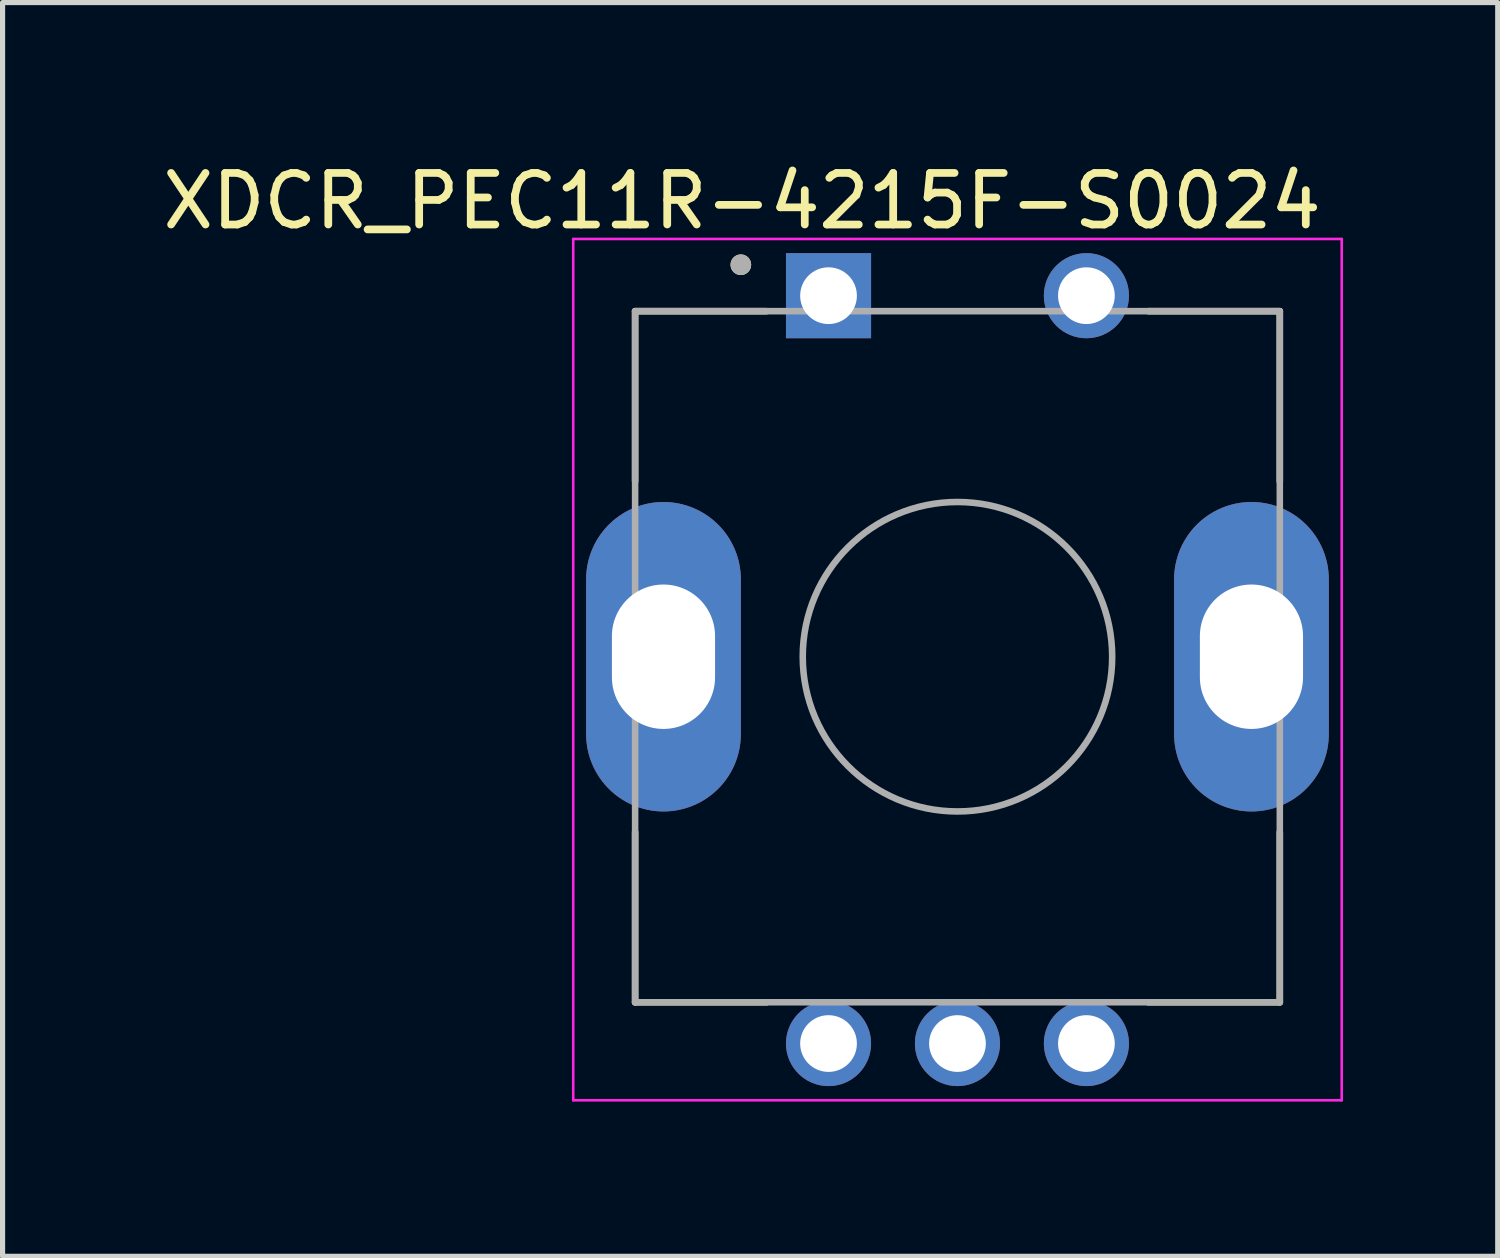
<source format=kicad_pcb>
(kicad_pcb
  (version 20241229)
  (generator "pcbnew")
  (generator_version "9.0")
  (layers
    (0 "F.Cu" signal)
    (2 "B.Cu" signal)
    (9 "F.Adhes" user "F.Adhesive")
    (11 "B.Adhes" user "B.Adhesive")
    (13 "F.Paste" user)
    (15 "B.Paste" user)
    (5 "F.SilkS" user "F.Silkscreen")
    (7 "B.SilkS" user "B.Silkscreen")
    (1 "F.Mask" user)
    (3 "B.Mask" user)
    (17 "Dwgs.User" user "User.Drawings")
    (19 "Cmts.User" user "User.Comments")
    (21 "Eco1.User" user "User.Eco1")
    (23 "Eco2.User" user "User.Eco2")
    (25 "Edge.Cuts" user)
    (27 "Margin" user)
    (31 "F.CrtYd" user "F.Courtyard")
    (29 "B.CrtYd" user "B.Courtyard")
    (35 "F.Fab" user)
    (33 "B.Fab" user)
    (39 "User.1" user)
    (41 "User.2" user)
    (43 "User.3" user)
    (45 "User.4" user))
  (footprint "XDCR_PEC11R-4215F-S0024"
    (layer "F.Cu")
    (at 15.514 9.683)
    (property "Reference" "XDCR_PEC11R-4215F-S0024" (at -4.175 -8.835 0) (layer "F.SilkS") (effects (font (size 1 1) (thickness 0.15))))
    (attr through_hole)
    (fp_line (start -6.25 -6.7) (end -3.7 -6.7) (stroke (width 0.127) (type solid)) (layer "F.SilkS"))
    (fp_line (start -6.25 -3.4) (end -6.25 -6.7) (stroke (width 0.127) (type solid)) (layer "F.SilkS"))
    (fp_line (start -6.25 3.4) (end -6.25 6.7) (stroke (width 0.127) (type solid)) (layer "F.SilkS"))
    (fp_line (start -6.25 6.7) (end -3.7 6.7) (stroke (width 0.127) (type solid)) (layer "F.SilkS"))
    (fp_line (start 3.7 -6.7) (end 6.25 -6.7) (stroke (width 0.127) (type solid)) (layer "F.SilkS"))
    (fp_line (start 3.7 6.7) (end 6.25 6.7) (stroke (width 0.127) (type solid)) (layer "F.SilkS"))
    (fp_line (start 6.25 -6.7) (end 6.25 -3.4) (stroke (width 0.127) (type solid)) (layer "F.SilkS"))
    (fp_line (start 6.25 6.7) (end 6.25 3.4) (stroke (width 0.127) (type solid)) (layer "F.SilkS"))
    (fp_circle (center -4.2 -7.6) (end -4.1 -7.6) (stroke (width 0.2) (type solid)) (fill no) (layer "F.SilkS"))
    (fp_line (start -7.45 -8.1) (end -7.45 8.6) (stroke (width 0.05) (type solid)) (layer "F.CrtYd"))
    (fp_line (start -7.45 8.6) (end 7.45 8.6) (stroke (width 0.05) (type solid)) (layer "F.CrtYd"))
    (fp_line (start 7.45 -8.1) (end -7.45 -8.1) (stroke (width 0.05) (type solid)) (layer "F.CrtYd"))
    (fp_line (start 7.45 8.6) (end 7.45 -8.1) (stroke (width 0.05) (type solid)) (layer "F.CrtYd"))
    (fp_line (start -6.25 -6.7) (end 6.25 -6.7) (stroke (width 0.127) (type solid)) (layer "F.Fab"))
    (fp_line (start -6.25 6.7) (end -6.25 -6.7) (stroke (width 0.127) (type solid)) (layer "F.Fab"))
    (fp_line (start 6.25 -6.7) (end 6.25 6.7) (stroke (width 0.127) (type solid)) (layer "F.Fab"))
    (fp_line (start 6.25 6.7) (end -6.25 6.7) (stroke (width 0.127) (type solid)) (layer "F.Fab"))
    (fp_circle (center -4.2 -7.6) (end -4.1 -7.6) (stroke (width 0.2) (type solid)) (fill no) (layer "F.Fab"))
    (fp_circle (center 0 0) (end 3 0) (stroke (width 0.127) (type solid)) (fill no) (layer "F.Fab"))
    (pad "1" thru_hole rect (at -2.5 -7) (size 1.65 1.65) (drill 1.1) (layers "*.Cu" "*.Mask"))
    (pad "2" thru_hole circle (at 2.5 -7) (size 1.65 1.65) (drill 1.1) (layers "*.Cu" "*.Mask"))
    (pad "A" thru_hole circle (at -2.5 7.5) (size 1.65 1.65) (drill 1.1) (layers "*.Cu" "*.Mask"))
    (pad "B" thru_hole circle (at 2.5 7.5) (size 1.65 1.65) (drill 1.1) (layers "*.Cu" "*.Mask"))
    (pad "COM" thru_hole circle (at 0 7.5) (size 1.65 1.65) (drill 1.1) (layers "*.Cu" "*.Mask"))
    (pad "S1" thru_hole oval (at -5.7 0) (size 3 6) (drill oval 2 2.8) (layers "*.Cu" "*.Mask"))
    (pad "S2" thru_hole oval (at 5.7 0) (size 3 6) (drill oval 2 2.8) (layers "*.Cu" "*.Mask")))
  (gr_rect
    (start -3 -3)
    (end 25.989 21.308)
    (stroke (width 0.1) (type default))
    (fill no)
    (layer "Edge.Cuts")))
</source>
